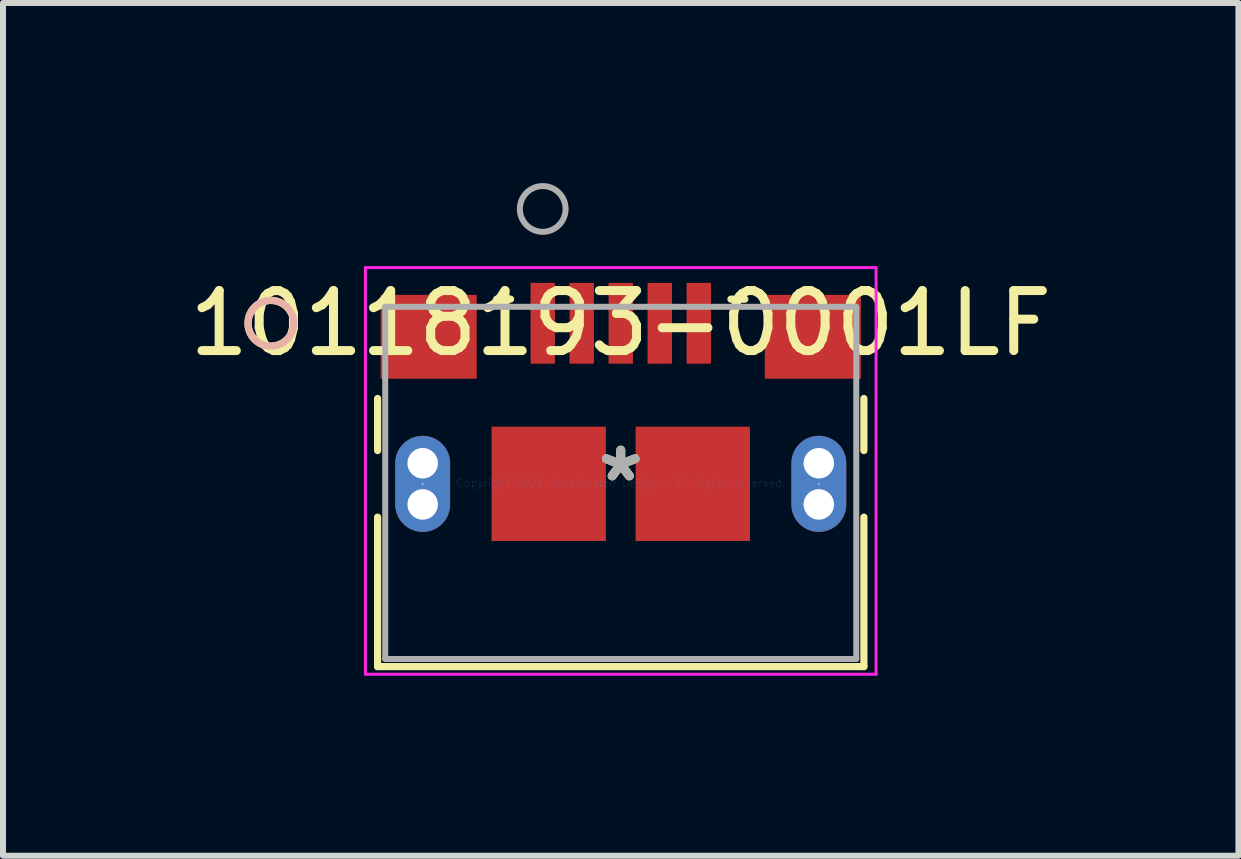
<source format=kicad_pcb>
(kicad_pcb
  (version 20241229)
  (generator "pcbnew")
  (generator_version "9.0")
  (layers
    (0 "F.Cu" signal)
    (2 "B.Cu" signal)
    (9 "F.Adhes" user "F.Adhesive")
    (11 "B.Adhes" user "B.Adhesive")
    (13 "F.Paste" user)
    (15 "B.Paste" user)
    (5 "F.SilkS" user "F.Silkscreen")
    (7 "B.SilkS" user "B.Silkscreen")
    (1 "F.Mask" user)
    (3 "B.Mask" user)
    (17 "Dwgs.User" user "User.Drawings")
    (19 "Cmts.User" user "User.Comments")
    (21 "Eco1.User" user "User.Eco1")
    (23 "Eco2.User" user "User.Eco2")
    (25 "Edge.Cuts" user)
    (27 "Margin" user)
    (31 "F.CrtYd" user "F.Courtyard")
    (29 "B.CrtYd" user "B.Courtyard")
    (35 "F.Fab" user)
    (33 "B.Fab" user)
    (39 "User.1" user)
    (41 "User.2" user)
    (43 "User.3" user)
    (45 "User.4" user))
  (footprint "10118193-0001LF"
    (layer "F.Cu")
    (at 7.292 4.995)
    (property "Reference" "10118193-0001LF" (at 0 -2.659 0) (layer "F.SilkS") (effects (font (size 1 1) (thickness 0.15))))
    (attr through_hole)
    (fp_line (start -4.051 -1.406) (end -4.051 -0.538) (stroke (width 0.12) (type solid)) (layer "F.SilkS"))
    (fp_line (start -4.051 0.571) (end -4.051 3.061) (stroke (width 0.12) (type solid)) (layer "F.SilkS"))
    (fp_line (start -4.051 3.061) (end 4.051 3.061) (stroke (width 0.12) (type solid)) (layer "F.SilkS"))
    (fp_line (start -1.836 -3.061) (end -2.067 -3.061) (stroke (width 0.12) (type solid)) (layer "F.SilkS"))
    (fp_line (start 2.067 -3.061) (end 1.836 -3.061) (stroke (width 0.12) (type solid)) (layer "F.SilkS"))
    (fp_line (start 4.051 -0.538) (end 4.051 -1.406) (stroke (width 0.12) (type solid)) (layer "F.SilkS"))
    (fp_line (start 4.051 3.061) (end 4.051 0.571) (stroke (width 0.12) (type solid)) (layer "F.SilkS"))
    (fp_circle (center -5.829 -2.659) (end -5.448 -2.659) (stroke (width 0.12) (type solid)) (fill no) (layer "F.SilkS"))
    (fp_circle (center -5.829 -2.659) (end -5.448 -2.659) (stroke (width 0.12) (type solid)) (fill no) (layer "B.SilkS"))
    (fp_line (start -4.254 -3.586) (end -4.254 3.188) (stroke (width 0.05) (type solid)) (layer "F.CrtYd"))
    (fp_line (start -4.254 3.188) (end 4.254 3.188) (stroke (width 0.05) (type solid)) (layer "F.CrtYd"))
    (fp_line (start 4.254 -3.586) (end -4.254 -3.586) (stroke (width 0.05) (type solid)) (layer "F.CrtYd"))
    (fp_line (start 4.254 3.188) (end 4.254 -3.586) (stroke (width 0.05) (type solid)) (layer "F.CrtYd"))
    (fp_line (start -3.924 -2.934) (end -3.924 2.934) (stroke (width 0.1) (type solid)) (layer "F.Fab"))
    (fp_line (start -3.924 2.934) (end 3.924 2.934) (stroke (width 0.1) (type solid)) (layer "F.Fab"))
    (fp_line (start 3.924 -2.934) (end -3.924 -2.934) (stroke (width 0.1) (type solid)) (layer "F.Fab"))
    (fp_line (start 3.924 2.934) (end 3.924 -2.934) (stroke (width 0.1) (type solid)) (layer "F.Fab"))
    (fp_circle (center -1.3 -4.564) (end -0.919 -4.564) (stroke (width 0.1) (type solid)) (fill no) (layer "F.Fab"))
    (fp_text user "*" (at 0 0 0) (layer "F.SilkS") (effects (font (size 1 1) (thickness 0.15))))
    (fp_text user "Copyright 2021 Accelerated Designs. All rights reserved." (at 0 0 0) (layer "Cmts.User") (effects (font (size 0.127 0.127) (thickness 0.002))))
    (fp_text user "*" (at 0 0 0) (layer "F.Fab") (effects (font (size 1 1) (thickness 0.15))))
    (pad "" np_thru_hole circle (at -3.3 -0.327) (size 0.508 0.508) (drill 0.508) (layers "*.Cu" "*.Mask"))
    (pad "" np_thru_hole circle (at -3.3 0.359) (size 0.508 0.508) (drill 0.508) (layers "*.Cu" "*.Mask"))
    (pad "" np_thru_hole circle (at 3.3 -0.327) (size 0.508 0.508) (drill 0.508) (layers "*.Cu" "*.Mask"))
    (pad "" np_thru_hole circle (at 3.3 0.359) (size 0.508 0.508) (drill 0.508) (layers "*.Cu" "*.Mask"))
    (pad "1" smd rect (at -1.3 -2.659) (size 0.406 1.346) (layers "F.Cu" "F.Mask" "F.Paste"))
    (pad "2" smd rect (at -0.65 -2.659) (size 0.406 1.346) (layers "F.Cu" "F.Mask" "F.Paste"))
    (pad "3" smd rect (at 0 -2.659) (size 0.406 1.346) (layers "F.Cu" "F.Mask" "F.Paste"))
    (pad "4" smd rect (at 0.65 -2.659) (size 0.406 1.346) (layers "F.Cu" "F.Mask" "F.Paste"))
    (pad "5" smd rect (at 1.3 -2.659) (size 0.406 1.346) (layers "F.Cu" "F.Mask" "F.Paste"))
    (pad "6" smd rect (at -3.2 -2.434) (size 1.6 1.397) (layers "F.Cu" "F.Mask" "F.Paste"))
    (pad "7" smd rect (at 3.2 -2.434) (size 1.6 1.397) (layers "F.Cu" "F.Mask" "F.Paste"))
    (pad "8" smd rect (at -1.2 0.016) (size 1.905 1.905) (layers "F.Cu" "F.Mask" "F.Paste"))
    (pad "9" smd rect (at 1.2 0.016) (size 1.905 1.905) (layers "F.Cu" "F.Mask" "F.Paste"))
    (pad "S_1" thru_hole oval (at -3.3 0.016 90) (size 1.6 0.914) (drill 0.025) (layers "*.Cu" "*.Mask"))
    (pad "S_2" thru_hole oval (at 3.3 0.016 90) (size 1.6 0.914) (drill 0.025) (layers "*.Cu" "*.Mask")))
  (gr_rect
    (start -3 -3)
    (end 17.583 11.207)
    (stroke (width 0.1) (type default))
    (fill no)
    (layer "Edge.Cuts")))
</source>
